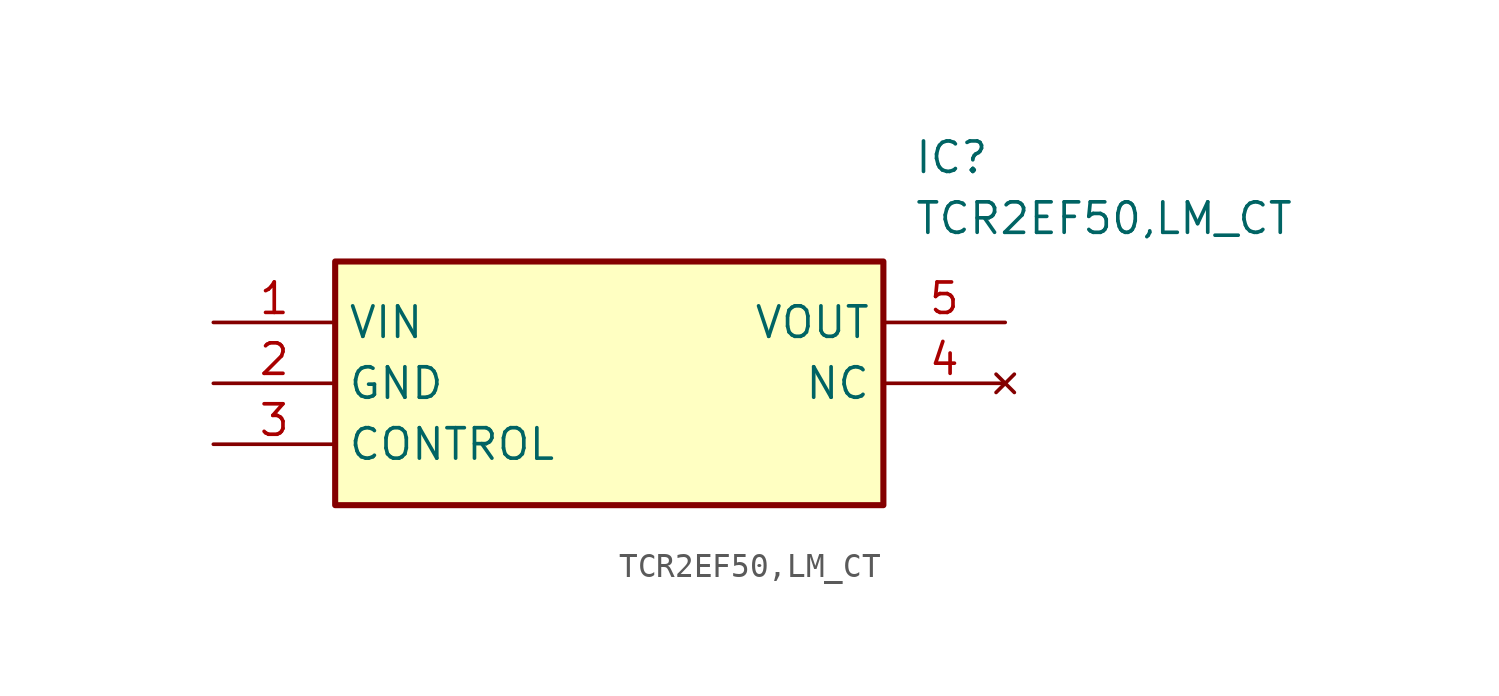
<source format=kicad_sym>
(kicad_symbol_lib
  (version 20211014)
  (generator SamacSys_ECAD_Model)
  (symbol "TCR2EF50,LM_CT"
    (property "Reference" "IC"
      (at 29.21 7.62 0)
      (effects (font (size 1.27 1.27)) (justify left top)))
    (property "Value" "TCR2EF50,LM_CT"
      (at 29.21 5.08 0)
      (effects (font (size 1.27 1.27)) (justify left top)))
    (rectangle
      (start 5.08 2.54)
      (end 27.94 -7.62)
      (stroke (width 0.254) (type default))
      (fill (type background)))
    (pin passive line
      (at 0 0 0)
      (length 5.08)
      (name "VIN" (effects (font (size 1.27 1.27))))
      (number "1" (effects (font (size 1.27 1.27)))))
    (pin passive line
      (at 0 -2.54 0)
      (length 5.08)
      (name "GND" (effects (font (size 1.27 1.27))))
      (number "2" (effects (font (size 1.27 1.27)))))
    (pin passive line
      (at 0 -5.08 0)
      (length 5.08)
      (name "CONTROL" (effects (font (size 1.27 1.27))))
      (number "3" (effects (font (size 1.27 1.27)))))
    (pin no_connect line
      (at 33.02 -2.54 180)
      (length 5.08)
      (name "NC" (effects (font (size 1.27 1.27))))
      (number "4" (effects (font (size 1.27 1.27)))))
    (pin passive line
      (at 33.02 0 180)
      (length 5.08)
      (name "VOUT" (effects (font (size 1.27 1.27))))
      (number "5" (effects (font (size 1.27 1.27)))))))
</source>
